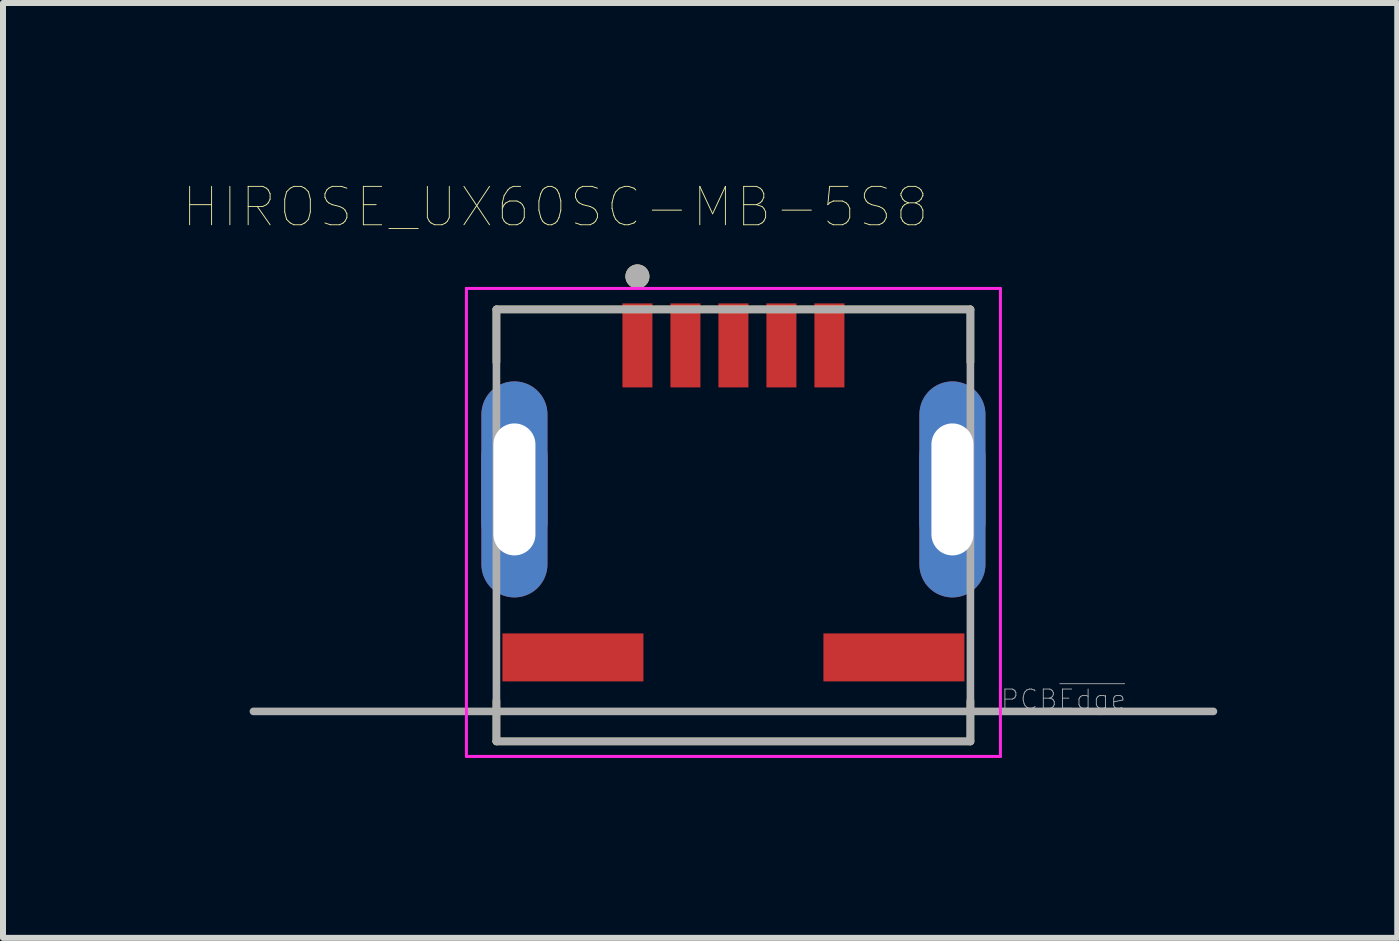
<source format=kicad_pcb>
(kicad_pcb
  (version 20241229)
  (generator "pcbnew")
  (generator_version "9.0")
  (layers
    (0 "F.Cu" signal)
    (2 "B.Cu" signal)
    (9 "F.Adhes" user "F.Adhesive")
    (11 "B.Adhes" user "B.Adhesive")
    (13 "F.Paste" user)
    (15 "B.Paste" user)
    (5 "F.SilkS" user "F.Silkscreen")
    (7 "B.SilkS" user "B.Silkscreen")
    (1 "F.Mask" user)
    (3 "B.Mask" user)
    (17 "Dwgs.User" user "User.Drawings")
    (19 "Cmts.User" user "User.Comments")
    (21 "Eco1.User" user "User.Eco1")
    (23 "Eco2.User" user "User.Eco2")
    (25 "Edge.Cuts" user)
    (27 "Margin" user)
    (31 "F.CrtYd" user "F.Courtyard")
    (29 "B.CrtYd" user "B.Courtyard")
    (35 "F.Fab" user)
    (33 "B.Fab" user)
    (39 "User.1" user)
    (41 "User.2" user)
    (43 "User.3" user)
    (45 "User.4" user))
  (footprint "HIROSE_UX60SC-MB-5S8"
    (layer "F.Cu")
    (at 9.174 8.807)
    (property "Reference" "HIROSE_UX60SC-MB-5S8" (at -2.968 -8.406 0) (layer "F.SilkS") (effects (font (size 0.64 0.64) (thickness 0.015))))
    (attr through_hole)
    (fp_poly (pts (xy -4.2 -2.45) (xy -4.2 -4.95) (xy -4.199 -4.979) (xy -4.197 -5.007) (xy -4.193 -5.036) (xy -4.188 -5.064) (xy -4.181 -5.092) (xy -4.173 -5.12) (xy -4.163 -5.147) (xy -4.152 -5.174) (xy -4.14 -5.2) (xy -4.126 -5.225) (xy -4.111 -5.25) (xy -4.095 -5.273) (xy -4.077 -5.296) (xy -4.059 -5.318) (xy -4.039 -5.339) (xy -4.018 -5.359) (xy -3.996 -5.377) (xy -3.973 -5.395) (xy -3.95 -5.411) (xy -3.925 -5.426) (xy -3.9 -5.44) (xy -3.874 -5.452) (xy -3.847 -5.463) (xy -3.82 -5.473) (xy -3.792 -5.481) (xy -3.764 -5.488) (xy -3.736 -5.493) (xy -3.707 -5.497) (xy -3.679 -5.499) (xy -3.65 -5.5) (xy -3.621 -5.499) (xy -3.593 -5.497) (xy -3.564 -5.493) (xy -3.536 -5.488) (xy -3.508 -5.481) (xy -3.48 -5.473) (xy -3.453 -5.463) (xy -3.426 -5.452) (xy -3.4 -5.44) (xy -3.375 -5.426) (xy -3.35 -5.411) (xy -3.327 -5.395) (xy -3.304 -5.377) (xy -3.282 -5.359) (xy -3.261 -5.339) (xy -3.241 -5.318) (xy -3.223 -5.296) (xy -3.205 -5.273) (xy -3.189 -5.25) (xy -3.174 -5.225) (xy -3.16 -5.2) (xy -3.148 -5.174) (xy -3.137 -5.147) (xy -3.127 -5.12) (xy -3.119 -5.092) (xy -3.112 -5.064) (xy -3.107 -5.036) (xy -3.103 -5.007) (xy -3.101 -4.979) (xy -3.1 -4.95) (xy -3.1 -2.45) (xy -3.101 -2.421) (xy -3.103 -2.393) (xy -3.107 -2.364) (xy -3.112 -2.336) (xy -3.119 -2.308) (xy -3.127 -2.28) (xy -3.137 -2.253) (xy -3.148 -2.226) (xy -3.16 -2.2) (xy -3.174 -2.175) (xy -3.189 -2.15) (xy -3.205 -2.127) (xy -3.223 -2.104) (xy -3.241 -2.082) (xy -3.261 -2.061) (xy -3.282 -2.041) (xy -3.304 -2.023) (xy -3.327 -2.005) (xy -3.35 -1.989) (xy -3.375 -1.974) (xy -3.4 -1.96) (xy -3.426 -1.948) (xy -3.453 -1.937) (xy -3.48 -1.927) (xy -3.508 -1.919) (xy -3.536 -1.912) (xy -3.564 -1.907) (xy -3.593 -1.903) (xy -3.621 -1.901) (xy -3.65 -1.9) (xy -3.679 -1.901) (xy -3.707 -1.903) (xy -3.736 -1.907) (xy -3.764 -1.912) (xy -3.792 -1.919) (xy -3.82 -1.927) (xy -3.847 -1.937) (xy -3.874 -1.948) (xy -3.9 -1.96) (xy -3.925 -1.974) (xy -3.95 -1.989) (xy -3.973 -2.005) (xy -3.996 -2.023) (xy -4.018 -2.041) (xy -4.039 -2.061) (xy -4.059 -2.082) (xy -4.077 -2.104) (xy -4.095 -2.127) (xy -4.111 -2.15) (xy -4.126 -2.175) (xy -4.14 -2.2) (xy -4.152 -2.226) (xy -4.163 -2.253) (xy -4.173 -2.28) (xy -4.181 -2.308) (xy -4.188 -2.336) (xy -4.193 -2.364) (xy -4.197 -2.393) (xy -4.199 -2.421) (xy -4.2 -2.45)) (stroke (width 0.0001) (type solid)) (fill yes) (layer "F.Cu"))
    (fp_poly (pts (xy 3.1 -2.45) (xy 3.1 -4.95) (xy 3.101 -4.979) (xy 3.103 -5.007) (xy 3.107 -5.036) (xy 3.112 -5.064) (xy 3.119 -5.092) (xy 3.127 -5.12) (xy 3.137 -5.147) (xy 3.148 -5.174) (xy 3.16 -5.2) (xy 3.174 -5.225) (xy 3.189 -5.25) (xy 3.205 -5.273) (xy 3.223 -5.296) (xy 3.241 -5.318) (xy 3.261 -5.339) (xy 3.282 -5.359) (xy 3.304 -5.377) (xy 3.327 -5.395) (xy 3.35 -5.411) (xy 3.375 -5.426) (xy 3.4 -5.44) (xy 3.426 -5.452) (xy 3.453 -5.463) (xy 3.48 -5.473) (xy 3.508 -5.481) (xy 3.536 -5.488) (xy 3.564 -5.493) (xy 3.593 -5.497) (xy 3.621 -5.499) (xy 3.65 -5.5) (xy 3.679 -5.499) (xy 3.707 -5.497) (xy 3.736 -5.493) (xy 3.764 -5.488) (xy 3.792 -5.481) (xy 3.82 -5.473) (xy 3.847 -5.463) (xy 3.874 -5.452) (xy 3.9 -5.44) (xy 3.925 -5.426) (xy 3.95 -5.411) (xy 3.973 -5.395) (xy 3.996 -5.377) (xy 4.018 -5.359) (xy 4.039 -5.339) (xy 4.059 -5.318) (xy 4.077 -5.296) (xy 4.095 -5.273) (xy 4.111 -5.25) (xy 4.126 -5.225) (xy 4.14 -5.2) (xy 4.152 -5.174) (xy 4.163 -5.147) (xy 4.173 -5.12) (xy 4.181 -5.092) (xy 4.188 -5.064) (xy 4.193 -5.036) (xy 4.197 -5.007) (xy 4.199 -4.979) (xy 4.2 -4.95) (xy 4.2 -2.45) (xy 4.199 -2.421) (xy 4.197 -2.393) (xy 4.193 -2.364) (xy 4.188 -2.336) (xy 4.181 -2.308) (xy 4.173 -2.28) (xy 4.163 -2.253) (xy 4.152 -2.226) (xy 4.14 -2.2) (xy 4.126 -2.175) (xy 4.111 -2.15) (xy 4.095 -2.127) (xy 4.077 -2.104) (xy 4.059 -2.082) (xy 4.039 -2.061) (xy 4.018 -2.041) (xy 3.996 -2.023) (xy 3.973 -2.005) (xy 3.95 -1.989) (xy 3.925 -1.974) (xy 3.9 -1.96) (xy 3.874 -1.948) (xy 3.847 -1.937) (xy 3.82 -1.927) (xy 3.792 -1.919) (xy 3.764 -1.912) (xy 3.736 -1.907) (xy 3.707 -1.903) (xy 3.679 -1.901) (xy 3.65 -1.9) (xy 3.621 -1.901) (xy 3.593 -1.903) (xy 3.564 -1.907) (xy 3.536 -1.912) (xy 3.508 -1.919) (xy 3.48 -1.927) (xy 3.453 -1.937) (xy 3.426 -1.948) (xy 3.4 -1.96) (xy 3.375 -1.974) (xy 3.35 -1.989) (xy 3.327 -2.005) (xy 3.304 -2.023) (xy 3.282 -2.041) (xy 3.261 -2.061) (xy 3.241 -2.082) (xy 3.223 -2.104) (xy 3.205 -2.127) (xy 3.189 -2.15) (xy 3.174 -2.175) (xy 3.16 -2.2) (xy 3.148 -2.226) (xy 3.137 -2.253) (xy 3.127 -2.28) (xy 3.119 -2.308) (xy 3.112 -2.336) (xy 3.107 -2.364) (xy 3.103 -2.393) (xy 3.101 -2.421) (xy 3.1 -2.45)) (stroke (width 0.0001) (type solid)) (fill yes) (layer "F.Cu"))
    (fp_poly (pts (xy -4.3 -2.45) (xy -4.3 -4.95) (xy -4.299 -4.984) (xy -4.296 -5.018) (xy -4.292 -5.052) (xy -4.286 -5.085) (xy -4.278 -5.118) (xy -4.268 -5.151) (xy -4.257 -5.183) (xy -4.244 -5.214) (xy -4.229 -5.245) (xy -4.213 -5.275) (xy -4.195 -5.304) (xy -4.176 -5.332) (xy -4.155 -5.359) (xy -4.133 -5.385) (xy -4.11 -5.41) (xy -4.085 -5.433) (xy -4.059 -5.455) (xy -4.032 -5.476) (xy -4.004 -5.495) (xy -3.975 -5.513) (xy -3.945 -5.529) (xy -3.914 -5.544) (xy -3.883 -5.557) (xy -3.851 -5.568) (xy -3.818 -5.578) (xy -3.785 -5.586) (xy -3.752 -5.592) (xy -3.718 -5.596) (xy -3.684 -5.599) (xy -3.65 -5.6) (xy -3.616 -5.599) (xy -3.582 -5.596) (xy -3.548 -5.592) (xy -3.515 -5.586) (xy -3.482 -5.578) (xy -3.449 -5.568) (xy -3.417 -5.557) (xy -3.386 -5.544) (xy -3.355 -5.529) (xy -3.325 -5.513) (xy -3.296 -5.495) (xy -3.268 -5.476) (xy -3.241 -5.455) (xy -3.215 -5.433) (xy -3.19 -5.41) (xy -3.167 -5.385) (xy -3.145 -5.359) (xy -3.124 -5.332) (xy -3.105 -5.304) (xy -3.087 -5.275) (xy -3.071 -5.245) (xy -3.056 -5.214) (xy -3.043 -5.183) (xy -3.032 -5.151) (xy -3.022 -5.118) (xy -3.014 -5.085) (xy -3.008 -5.052) (xy -3.004 -5.018) (xy -3.001 -4.984) (xy -3 -4.95) (xy -3 -2.45) (xy -3.001 -2.416) (xy -3.004 -2.382) (xy -3.008 -2.348) (xy -3.014 -2.315) (xy -3.022 -2.282) (xy -3.032 -2.249) (xy -3.043 -2.217) (xy -3.056 -2.186) (xy -3.071 -2.155) (xy -3.087 -2.125) (xy -3.105 -2.096) (xy -3.124 -2.068) (xy -3.145 -2.041) (xy -3.167 -2.015) (xy -3.19 -1.99) (xy -3.215 -1.967) (xy -3.241 -1.945) (xy -3.268 -1.924) (xy -3.296 -1.905) (xy -3.325 -1.887) (xy -3.355 -1.871) (xy -3.386 -1.856) (xy -3.417 -1.843) (xy -3.449 -1.832) (xy -3.482 -1.822) (xy -3.515 -1.814) (xy -3.548 -1.808) (xy -3.582 -1.804) (xy -3.616 -1.801) (xy -3.65 -1.8) (xy -3.684 -1.801) (xy -3.718 -1.804) (xy -3.752 -1.808) (xy -3.785 -1.814) (xy -3.818 -1.822) (xy -3.851 -1.832) (xy -3.883 -1.843) (xy -3.914 -1.856) (xy -3.945 -1.871) (xy -3.975 -1.887) (xy -4.004 -1.905) (xy -4.032 -1.924) (xy -4.059 -1.945) (xy -4.085 -1.967) (xy -4.11 -1.99) (xy -4.133 -2.015) (xy -4.155 -2.041) (xy -4.176 -2.068) (xy -4.195 -2.096) (xy -4.213 -2.125) (xy -4.229 -2.155) (xy -4.244 -2.186) (xy -4.257 -2.217) (xy -4.268 -2.249) (xy -4.278 -2.282) (xy -4.286 -2.315) (xy -4.292 -2.348) (xy -4.296 -2.382) (xy -4.299 -2.416) (xy -4.3 -2.45)) (stroke (width 0.0001) (type solid)) (fill yes) (layer "F.Mask"))
    (fp_poly (pts (xy 3 -2.45) (xy 3 -4.95) (xy 3.001 -4.984) (xy 3.004 -5.018) (xy 3.008 -5.052) (xy 3.014 -5.085) (xy 3.022 -5.118) (xy 3.032 -5.151) (xy 3.043 -5.183) (xy 3.056 -5.214) (xy 3.071 -5.245) (xy 3.087 -5.275) (xy 3.105 -5.304) (xy 3.124 -5.332) (xy 3.145 -5.359) (xy 3.167 -5.385) (xy 3.19 -5.41) (xy 3.215 -5.433) (xy 3.241 -5.455) (xy 3.268 -5.476) (xy 3.296 -5.495) (xy 3.325 -5.513) (xy 3.355 -5.529) (xy 3.386 -5.544) (xy 3.417 -5.557) (xy 3.449 -5.568) (xy 3.482 -5.578) (xy 3.515 -5.586) (xy 3.548 -5.592) (xy 3.582 -5.596) (xy 3.616 -5.599) (xy 3.65 -5.6) (xy 3.684 -5.599) (xy 3.718 -5.596) (xy 3.752 -5.592) (xy 3.785 -5.586) (xy 3.818 -5.578) (xy 3.851 -5.568) (xy 3.883 -5.557) (xy 3.914 -5.544) (xy 3.945 -5.529) (xy 3.975 -5.513) (xy 4.004 -5.495) (xy 4.032 -5.476) (xy 4.059 -5.455) (xy 4.085 -5.433) (xy 4.11 -5.41) (xy 4.133 -5.385) (xy 4.155 -5.359) (xy 4.176 -5.332) (xy 4.195 -5.304) (xy 4.213 -5.275) (xy 4.229 -5.245) (xy 4.244 -5.214) (xy 4.257 -5.183) (xy 4.268 -5.151) (xy 4.278 -5.118) (xy 4.286 -5.085) (xy 4.292 -5.052) (xy 4.296 -5.018) (xy 4.299 -4.984) (xy 4.3 -4.95) (xy 4.3 -2.45) (xy 4.299 -2.416) (xy 4.296 -2.382) (xy 4.292 -2.348) (xy 4.286 -2.315) (xy 4.278 -2.282) (xy 4.268 -2.249) (xy 4.257 -2.217) (xy 4.244 -2.186) (xy 4.229 -2.155) (xy 4.213 -2.125) (xy 4.195 -2.096) (xy 4.176 -2.068) (xy 4.155 -2.041) (xy 4.133 -2.015) (xy 4.11 -1.99) (xy 4.085 -1.967) (xy 4.059 -1.945) (xy 4.032 -1.924) (xy 4.004 -1.905) (xy 3.975 -1.887) (xy 3.945 -1.871) (xy 3.914 -1.856) (xy 3.883 -1.843) (xy 3.851 -1.832) (xy 3.818 -1.822) (xy 3.785 -1.814) (xy 3.752 -1.808) (xy 3.718 -1.804) (xy 3.684 -1.801) (xy 3.65 -1.8) (xy 3.616 -1.801) (xy 3.582 -1.804) (xy 3.548 -1.808) (xy 3.515 -1.814) (xy 3.482 -1.822) (xy 3.449 -1.832) (xy 3.417 -1.843) (xy 3.386 -1.856) (xy 3.355 -1.871) (xy 3.325 -1.887) (xy 3.296 -1.905) (xy 3.268 -1.924) (xy 3.241 -1.945) (xy 3.215 -1.967) (xy 3.19 -1.99) (xy 3.167 -2.015) (xy 3.145 -2.041) (xy 3.124 -2.068) (xy 3.105 -2.096) (xy 3.087 -2.125) (xy 3.071 -2.155) (xy 3.056 -2.186) (xy 3.043 -2.217) (xy 3.032 -2.249) (xy 3.022 -2.282) (xy 3.014 -2.315) (xy 3.008 -2.348) (xy 3.004 -2.382) (xy 3.001 -2.416) (xy 3 -2.45)) (stroke (width 0.0001) (type solid)) (fill yes) (layer "F.Mask"))
    (fp_poly (pts (xy -4.2 -2.45) (xy -4.2 -4.95) (xy -4.199 -4.979) (xy -4.197 -5.007) (xy -4.193 -5.036) (xy -4.188 -5.064) (xy -4.181 -5.092) (xy -4.173 -5.12) (xy -4.163 -5.147) (xy -4.152 -5.174) (xy -4.14 -5.2) (xy -4.126 -5.225) (xy -4.111 -5.25) (xy -4.095 -5.273) (xy -4.077 -5.296) (xy -4.059 -5.318) (xy -4.039 -5.339) (xy -4.018 -5.359) (xy -3.996 -5.377) (xy -3.973 -5.395) (xy -3.95 -5.411) (xy -3.925 -5.426) (xy -3.9 -5.44) (xy -3.874 -5.452) (xy -3.847 -5.463) (xy -3.82 -5.473) (xy -3.792 -5.481) (xy -3.764 -5.488) (xy -3.736 -5.493) (xy -3.707 -5.497) (xy -3.679 -5.499) (xy -3.65 -5.5) (xy -3.621 -5.499) (xy -3.593 -5.497) (xy -3.564 -5.493) (xy -3.536 -5.488) (xy -3.508 -5.481) (xy -3.48 -5.473) (xy -3.453 -5.463) (xy -3.426 -5.452) (xy -3.4 -5.44) (xy -3.375 -5.426) (xy -3.35 -5.411) (xy -3.327 -5.395) (xy -3.304 -5.377) (xy -3.282 -5.359) (xy -3.261 -5.339) (xy -3.241 -5.318) (xy -3.223 -5.296) (xy -3.205 -5.273) (xy -3.189 -5.25) (xy -3.174 -5.225) (xy -3.16 -5.2) (xy -3.148 -5.174) (xy -3.137 -5.147) (xy -3.127 -5.12) (xy -3.119 -5.092) (xy -3.112 -5.064) (xy -3.107 -5.036) (xy -3.103 -5.007) (xy -3.101 -4.979) (xy -3.1 -4.95) (xy -3.1 -2.45) (xy -3.101 -2.421) (xy -3.103 -2.393) (xy -3.107 -2.364) (xy -3.112 -2.336) (xy -3.119 -2.308) (xy -3.127 -2.28) (xy -3.137 -2.253) (xy -3.148 -2.226) (xy -3.16 -2.2) (xy -3.174 -2.175) (xy -3.189 -2.15) (xy -3.205 -2.127) (xy -3.223 -2.104) (xy -3.241 -2.082) (xy -3.261 -2.061) (xy -3.282 -2.041) (xy -3.304 -2.023) (xy -3.327 -2.005) (xy -3.35 -1.989) (xy -3.375 -1.974) (xy -3.4 -1.96) (xy -3.426 -1.948) (xy -3.453 -1.937) (xy -3.48 -1.927) (xy -3.508 -1.919) (xy -3.536 -1.912) (xy -3.564 -1.907) (xy -3.593 -1.903) (xy -3.621 -1.901) (xy -3.65 -1.9) (xy -3.679 -1.901) (xy -3.707 -1.903) (xy -3.736 -1.907) (xy -3.764 -1.912) (xy -3.792 -1.919) (xy -3.82 -1.927) (xy -3.847 -1.937) (xy -3.874 -1.948) (xy -3.9 -1.96) (xy -3.925 -1.974) (xy -3.95 -1.989) (xy -3.973 -2.005) (xy -3.996 -2.023) (xy -4.018 -2.041) (xy -4.039 -2.061) (xy -4.059 -2.082) (xy -4.077 -2.104) (xy -4.095 -2.127) (xy -4.111 -2.15) (xy -4.126 -2.175) (xy -4.14 -2.2) (xy -4.152 -2.226) (xy -4.163 -2.253) (xy -4.173 -2.28) (xy -4.181 -2.308) (xy -4.188 -2.336) (xy -4.193 -2.364) (xy -4.197 -2.393) (xy -4.199 -2.421) (xy -4.2 -2.45)) (stroke (width 0.0001) (type solid)) (fill yes) (layer "B.Cu"))
    (fp_poly (pts (xy 3.1 -2.45) (xy 3.1 -4.95) (xy 3.101 -4.979) (xy 3.103 -5.007) (xy 3.107 -5.036) (xy 3.112 -5.064) (xy 3.119 -5.092) (xy 3.127 -5.12) (xy 3.137 -5.147) (xy 3.148 -5.174) (xy 3.16 -5.2) (xy 3.174 -5.225) (xy 3.189 -5.25) (xy 3.205 -5.273) (xy 3.223 -5.296) (xy 3.241 -5.318) (xy 3.261 -5.339) (xy 3.282 -5.359) (xy 3.304 -5.377) (xy 3.327 -5.395) (xy 3.35 -5.411) (xy 3.375 -5.426) (xy 3.4 -5.44) (xy 3.426 -5.452) (xy 3.453 -5.463) (xy 3.48 -5.473) (xy 3.508 -5.481) (xy 3.536 -5.488) (xy 3.564 -5.493) (xy 3.593 -5.497) (xy 3.621 -5.499) (xy 3.65 -5.5) (xy 3.679 -5.499) (xy 3.707 -5.497) (xy 3.736 -5.493) (xy 3.764 -5.488) (xy 3.792 -5.481) (xy 3.82 -5.473) (xy 3.847 -5.463) (xy 3.874 -5.452) (xy 3.9 -5.44) (xy 3.925 -5.426) (xy 3.95 -5.411) (xy 3.973 -5.395) (xy 3.996 -5.377) (xy 4.018 -5.359) (xy 4.039 -5.339) (xy 4.059 -5.318) (xy 4.077 -5.296) (xy 4.095 -5.273) (xy 4.111 -5.25) (xy 4.126 -5.225) (xy 4.14 -5.2) (xy 4.152 -5.174) (xy 4.163 -5.147) (xy 4.173 -5.12) (xy 4.181 -5.092) (xy 4.188 -5.064) (xy 4.193 -5.036) (xy 4.197 -5.007) (xy 4.199 -4.979) (xy 4.2 -4.95) (xy 4.2 -2.45) (xy 4.199 -2.421) (xy 4.197 -2.393) (xy 4.193 -2.364) (xy 4.188 -2.336) (xy 4.181 -2.308) (xy 4.173 -2.28) (xy 4.163 -2.253) (xy 4.152 -2.226) (xy 4.14 -2.2) (xy 4.126 -2.175) (xy 4.111 -2.15) (xy 4.095 -2.127) (xy 4.077 -2.104) (xy 4.059 -2.082) (xy 4.039 -2.061) (xy 4.018 -2.041) (xy 3.996 -2.023) (xy 3.973 -2.005) (xy 3.95 -1.989) (xy 3.925 -1.974) (xy 3.9 -1.96) (xy 3.874 -1.948) (xy 3.847 -1.937) (xy 3.82 -1.927) (xy 3.792 -1.919) (xy 3.764 -1.912) (xy 3.736 -1.907) (xy 3.707 -1.903) (xy 3.679 -1.901) (xy 3.65 -1.9) (xy 3.621 -1.901) (xy 3.593 -1.903) (xy 3.564 -1.907) (xy 3.536 -1.912) (xy 3.508 -1.919) (xy 3.48 -1.927) (xy 3.453 -1.937) (xy 3.426 -1.948) (xy 3.4 -1.96) (xy 3.375 -1.974) (xy 3.35 -1.989) (xy 3.327 -2.005) (xy 3.304 -2.023) (xy 3.282 -2.041) (xy 3.261 -2.061) (xy 3.241 -2.082) (xy 3.223 -2.104) (xy 3.205 -2.127) (xy 3.189 -2.15) (xy 3.174 -2.175) (xy 3.16 -2.2) (xy 3.148 -2.226) (xy 3.137 -2.253) (xy 3.127 -2.28) (xy 3.119 -2.308) (xy 3.112 -2.336) (xy 3.107 -2.364) (xy 3.103 -2.393) (xy 3.101 -2.421) (xy 3.1 -2.45)) (stroke (width 0.0001) (type solid)) (fill yes) (layer "B.Cu"))
    (fp_poly (pts (xy -4.3 -2.45) (xy -4.3 -4.95) (xy -4.299 -4.984) (xy -4.296 -5.018) (xy -4.292 -5.052) (xy -4.286 -5.085) (xy -4.278 -5.118) (xy -4.268 -5.151) (xy -4.257 -5.183) (xy -4.244 -5.214) (xy -4.229 -5.245) (xy -4.213 -5.275) (xy -4.195 -5.304) (xy -4.176 -5.332) (xy -4.155 -5.359) (xy -4.133 -5.385) (xy -4.11 -5.41) (xy -4.085 -5.433) (xy -4.059 -5.455) (xy -4.032 -5.476) (xy -4.004 -5.495) (xy -3.975 -5.513) (xy -3.945 -5.529) (xy -3.914 -5.544) (xy -3.883 -5.557) (xy -3.851 -5.568) (xy -3.818 -5.578) (xy -3.785 -5.586) (xy -3.752 -5.592) (xy -3.718 -5.596) (xy -3.684 -5.599) (xy -3.65 -5.6) (xy -3.616 -5.599) (xy -3.582 -5.596) (xy -3.548 -5.592) (xy -3.515 -5.586) (xy -3.482 -5.578) (xy -3.449 -5.568) (xy -3.417 -5.557) (xy -3.386 -5.544) (xy -3.355 -5.529) (xy -3.325 -5.513) (xy -3.296 -5.495) (xy -3.268 -5.476) (xy -3.241 -5.455) (xy -3.215 -5.433) (xy -3.19 -5.41) (xy -3.167 -5.385) (xy -3.145 -5.359) (xy -3.124 -5.332) (xy -3.105 -5.304) (xy -3.087 -5.275) (xy -3.071 -5.245) (xy -3.056 -5.214) (xy -3.043 -5.183) (xy -3.032 -5.151) (xy -3.022 -5.118) (xy -3.014 -5.085) (xy -3.008 -5.052) (xy -3.004 -5.018) (xy -3.001 -4.984) (xy -3 -4.95) (xy -3 -2.45) (xy -3.001 -2.416) (xy -3.004 -2.382) (xy -3.008 -2.348) (xy -3.014 -2.315) (xy -3.022 -2.282) (xy -3.032 -2.249) (xy -3.043 -2.217) (xy -3.056 -2.186) (xy -3.071 -2.155) (xy -3.087 -2.125) (xy -3.105 -2.096) (xy -3.124 -2.068) (xy -3.145 -2.041) (xy -3.167 -2.015) (xy -3.19 -1.99) (xy -3.215 -1.967) (xy -3.241 -1.945) (xy -3.268 -1.924) (xy -3.296 -1.905) (xy -3.325 -1.887) (xy -3.355 -1.871) (xy -3.386 -1.856) (xy -3.417 -1.843) (xy -3.449 -1.832) (xy -3.482 -1.822) (xy -3.515 -1.814) (xy -3.548 -1.808) (xy -3.582 -1.804) (xy -3.616 -1.801) (xy -3.65 -1.8) (xy -3.684 -1.801) (xy -3.718 -1.804) (xy -3.752 -1.808) (xy -3.785 -1.814) (xy -3.818 -1.822) (xy -3.851 -1.832) (xy -3.883 -1.843) (xy -3.914 -1.856) (xy -3.945 -1.871) (xy -3.975 -1.887) (xy -4.004 -1.905) (xy -4.032 -1.924) (xy -4.059 -1.945) (xy -4.085 -1.967) (xy -4.11 -1.99) (xy -4.133 -2.015) (xy -4.155 -2.041) (xy -4.176 -2.068) (xy -4.195 -2.096) (xy -4.213 -2.125) (xy -4.229 -2.155) (xy -4.244 -2.186) (xy -4.257 -2.217) (xy -4.268 -2.249) (xy -4.278 -2.282) (xy -4.286 -2.315) (xy -4.292 -2.348) (xy -4.296 -2.382) (xy -4.299 -2.416) (xy -4.3 -2.45)) (stroke (width 0.0001) (type solid)) (fill yes) (layer "B.Mask"))
    (fp_poly (pts (xy 3 -2.45) (xy 3 -4.95) (xy 3.001 -4.984) (xy 3.004 -5.018) (xy 3.008 -5.052) (xy 3.014 -5.085) (xy 3.022 -5.118) (xy 3.032 -5.151) (xy 3.043 -5.183) (xy 3.056 -5.214) (xy 3.071 -5.245) (xy 3.087 -5.275) (xy 3.105 -5.304) (xy 3.124 -5.332) (xy 3.145 -5.359) (xy 3.167 -5.385) (xy 3.19 -5.41) (xy 3.215 -5.433) (xy 3.241 -5.455) (xy 3.268 -5.476) (xy 3.296 -5.495) (xy 3.325 -5.513) (xy 3.355 -5.529) (xy 3.386 -5.544) (xy 3.417 -5.557) (xy 3.449 -5.568) (xy 3.482 -5.578) (xy 3.515 -5.586) (xy 3.548 -5.592) (xy 3.582 -5.596) (xy 3.616 -5.599) (xy 3.65 -5.6) (xy 3.684 -5.599) (xy 3.718 -5.596) (xy 3.752 -5.592) (xy 3.785 -5.586) (xy 3.818 -5.578) (xy 3.851 -5.568) (xy 3.883 -5.557) (xy 3.914 -5.544) (xy 3.945 -5.529) (xy 3.975 -5.513) (xy 4.004 -5.495) (xy 4.032 -5.476) (xy 4.059 -5.455) (xy 4.085 -5.433) (xy 4.11 -5.41) (xy 4.133 -5.385) (xy 4.155 -5.359) (xy 4.176 -5.332) (xy 4.195 -5.304) (xy 4.213 -5.275) (xy 4.229 -5.245) (xy 4.244 -5.214) (xy 4.257 -5.183) (xy 4.268 -5.151) (xy 4.278 -5.118) (xy 4.286 -5.085) (xy 4.292 -5.052) (xy 4.296 -5.018) (xy 4.299 -4.984) (xy 4.3 -4.95) (xy 4.3 -2.45) (xy 4.299 -2.416) (xy 4.296 -2.382) (xy 4.292 -2.348) (xy 4.286 -2.315) (xy 4.278 -2.282) (xy 4.268 -2.249) (xy 4.257 -2.217) (xy 4.244 -2.186) (xy 4.229 -2.155) (xy 4.213 -2.125) (xy 4.195 -2.096) (xy 4.176 -2.068) (xy 4.155 -2.041) (xy 4.133 -2.015) (xy 4.11 -1.99) (xy 4.085 -1.967) (xy 4.059 -1.945) (xy 4.032 -1.924) (xy 4.004 -1.905) (xy 3.975 -1.887) (xy 3.945 -1.871) (xy 3.914 -1.856) (xy 3.883 -1.843) (xy 3.851 -1.832) (xy 3.818 -1.822) (xy 3.785 -1.814) (xy 3.752 -1.808) (xy 3.718 -1.804) (xy 3.684 -1.801) (xy 3.65 -1.8) (xy 3.616 -1.801) (xy 3.582 -1.804) (xy 3.548 -1.808) (xy 3.515 -1.814) (xy 3.482 -1.822) (xy 3.449 -1.832) (xy 3.417 -1.843) (xy 3.386 -1.856) (xy 3.355 -1.871) (xy 3.325 -1.887) (xy 3.296 -1.905) (xy 3.268 -1.924) (xy 3.241 -1.945) (xy 3.215 -1.967) (xy 3.19 -1.99) (xy 3.167 -2.015) (xy 3.145 -2.041) (xy 3.124 -2.068) (xy 3.105 -2.096) (xy 3.087 -2.125) (xy 3.071 -2.155) (xy 3.056 -2.186) (xy 3.043 -2.217) (xy 3.032 -2.249) (xy 3.022 -2.282) (xy 3.014 -2.315) (xy 3.008 -2.348) (xy 3.004 -2.382) (xy 3.001 -2.416) (xy 3 -2.45)) (stroke (width 0.0001) (type solid)) (fill yes) (layer "B.Mask"))
    (fp_line (start -3.95 -6.7) (end 3.95 -6.7) (stroke (width 0.127) (type solid)) (layer "F.SilkS"))
    (fp_line (start -3.95 -5.82) (end -3.95 -6.7) (stroke (width 0.127) (type solid)) (layer "F.SilkS"))
    (fp_line (start -3.95 0.5) (end -3.95 -0.18) (stroke (width 0.127) (type solid)) (layer "F.SilkS"))
    (fp_line (start 3.95 -6.7) (end 3.95 -5.82) (stroke (width 0.127) (type solid)) (layer "F.SilkS"))
    (fp_line (start 3.95 -0.18) (end 3.95 0.5) (stroke (width 0.127) (type solid)) (layer "F.SilkS"))
    (fp_line (start 3.95 0.5) (end -3.95 0.5) (stroke (width 0.127) (type solid)) (layer "F.SilkS"))
    (fp_circle (center -1.6 -7.25) (end -1.5 -7.25) (stroke (width 0.2) (type solid)) (fill no) (layer "F.SilkS"))
    (fp_poly (pts (xy -2.95 0) (xy -2.95 -0.5) (xy -1.5 -0.5) (xy -1.5 -1.3) (xy -2.95 -1.3) (xy -2.95 -2.1) (xy -1.5 -2.1) (xy -1.5 -3.6) (xy 1.5 -3.6) (xy 1.5 -2.1) (xy 2.95 -2.1) (xy 2.95 -1.3) (xy 1.5 -1.3) (xy 1.5 -0.5) (xy 2.95 -0.5) (xy 2.95 0)) (stroke (width 0.0001) (type solid)) (fill no) (layer "Dwgs.User"))
    (fp_line (start -4.45 -7.05) (end 4.45 -7.05) (stroke (width 0.05) (type solid)) (layer "F.CrtYd"))
    (fp_line (start -4.45 0.75) (end -4.45 -7.05) (stroke (width 0.05) (type solid)) (layer "F.CrtYd"))
    (fp_line (start 4.45 -7.05) (end 4.45 0.75) (stroke (width 0.05) (type solid)) (layer "F.CrtYd"))
    (fp_line (start 4.45 0.75) (end -4.45 0.75) (stroke (width 0.05) (type solid)) (layer "F.CrtYd"))
    (fp_line (start -8 0) (end 8 0) (stroke (width 0.127) (type solid)) (layer "F.Fab"))
    (fp_line (start -3.95 -6.7) (end 3.95 -6.7) (stroke (width 0.127) (type solid)) (layer "F.Fab"))
    (fp_line (start -3.95 0.5) (end -3.95 -6.7) (stroke (width 0.127) (type solid)) (layer "F.Fab"))
    (fp_line (start 3.95 -6.7) (end 3.95 0.5) (stroke (width 0.127) (type solid)) (layer "F.Fab"))
    (fp_line (start 3.95 0.5) (end -3.95 0.5) (stroke (width 0.127) (type solid)) (layer "F.Fab"))
    (fp_circle (center -1.6 -7.25) (end -1.5 -7.25) (stroke (width 0.2) (type solid)) (fill no) (layer "F.Fab"))
    (fp_text user "PCB~{Edge}" (at 5.5 -0.2 0) (layer "F.Fab") (effects (font (size 0.32 0.32) (thickness 0.015))))
    (pad "1" smd rect (at -1.6 -6.1) (size 0.5 1.4) (layers "F.Cu" "F.Mask" "F.Paste"))
    (pad "2" smd rect (at -0.8 -6.1) (size 0.5 1.4) (layers "F.Cu" "F.Mask" "F.Paste"))
    (pad "3" smd rect (at 0 -6.1) (size 0.5 1.4) (layers "F.Cu" "F.Mask" "F.Paste"))
    (pad "4" smd rect (at 0.8 -6.1) (size 0.5 1.4) (layers "F.Cu" "F.Mask" "F.Paste"))
    (pad "5" smd rect (at 1.6 -6.1) (size 0.5 1.4) (layers "F.Cu" "F.Mask" "F.Paste"))
    (pad "S1" thru_hole oval (at -3.65 -3.7) (size 1.1 2.2) (drill oval 0.7 3.2) (layers "*.Cu" "*.Mask"))
    (pad "S2" thru_hole oval (at 3.65 -3.7) (size 1.1 2.2) (drill oval 0.7 3.2) (layers "*.Cu" "*.Mask"))
    (pad "S3" smd rect (at -2.675 -0.9) (size 2.35 0.8) (layers "F.Cu" "F.Mask" "F.Paste"))
    (pad "S4" smd rect (at 2.675 -0.9) (size 2.35 0.8) (layers "F.Cu" "F.Mask" "F.Paste")))
  (gr_rect
    (start -3 -3)
    (end 20.238 12.582)
    (stroke (width 0.1) (type default))
    (fill no)
    (layer "Edge.Cuts")))
</source>
